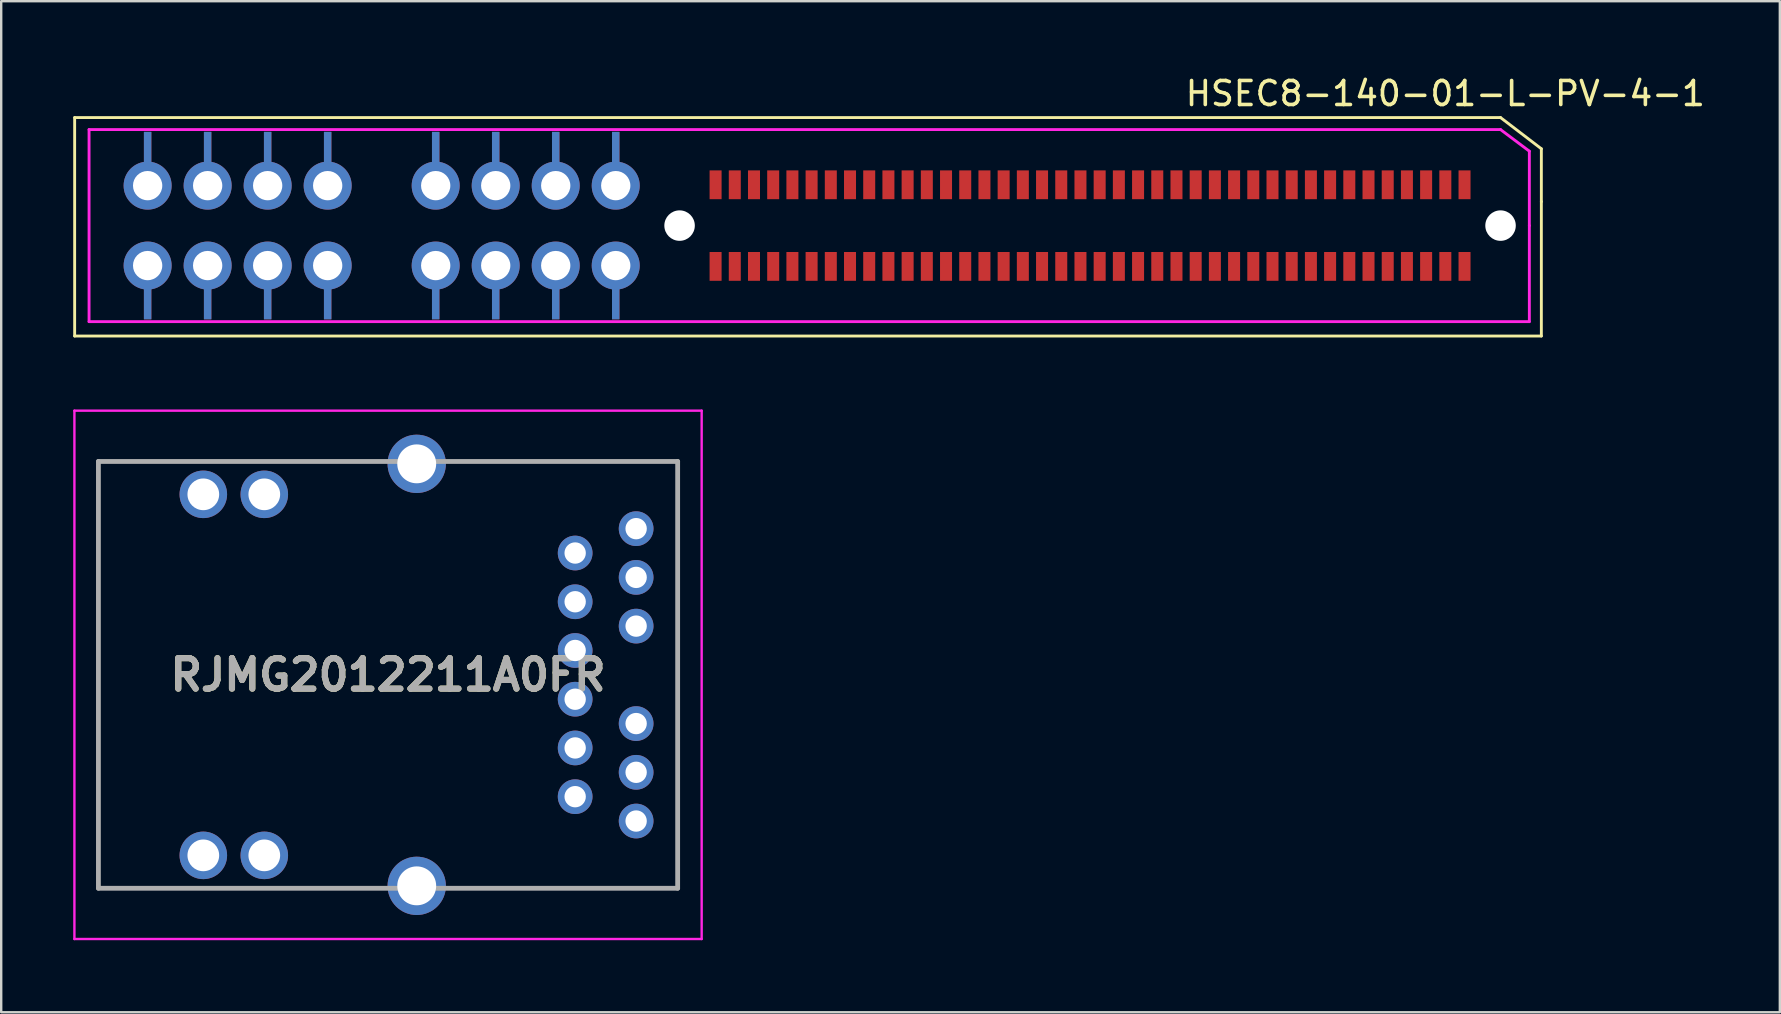
<source format=kicad_pcb>
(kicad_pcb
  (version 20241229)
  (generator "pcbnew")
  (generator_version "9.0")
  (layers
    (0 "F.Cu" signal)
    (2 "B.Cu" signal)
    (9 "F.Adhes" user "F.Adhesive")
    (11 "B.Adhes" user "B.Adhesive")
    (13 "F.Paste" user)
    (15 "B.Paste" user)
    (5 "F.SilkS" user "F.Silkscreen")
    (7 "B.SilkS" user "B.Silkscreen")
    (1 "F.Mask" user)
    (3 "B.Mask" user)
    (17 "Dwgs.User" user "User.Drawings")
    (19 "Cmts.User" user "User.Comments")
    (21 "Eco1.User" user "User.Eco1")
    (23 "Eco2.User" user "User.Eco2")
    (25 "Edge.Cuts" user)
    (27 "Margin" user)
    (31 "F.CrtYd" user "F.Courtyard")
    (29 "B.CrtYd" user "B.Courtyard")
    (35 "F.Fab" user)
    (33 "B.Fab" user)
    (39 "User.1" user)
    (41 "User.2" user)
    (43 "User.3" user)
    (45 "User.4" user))
  (footprint "HSEC8-140-01-L-PV-4-1"
    (layer "F.Cu")
    (at 57.96 8.048)
    (property "Reference" "HSEC8-140-01-L-PV-4-1" (at -0.8 -7.2 0) (layer "F.SilkS") (effects (font (size 1 1) (thickness 0.15))))
    (attr through_hole)
    (fp_line (start -57.9 -6.2) (end -57.9 2.9) (stroke (width 0.12) (type solid)) (layer "F.SilkS"))
    (fp_line (start -57.9 2.9) (end 3.2 2.9) (stroke (width 0.12) (type solid)) (layer "F.SilkS"))
    (fp_line (start 1.5 -6.2) (end -57.9 -6.2) (stroke (width 0.12) (type solid)) (layer "F.SilkS"))
    (fp_line (start 3.2 -4.9) (end 1.5 -6.2) (stroke (width 0.12) (type solid)) (layer "F.SilkS"))
    (fp_line (start 3.2 -2.7) (end 3.2 -4.9) (stroke (width 0.12) (type solid)) (layer "F.SilkS"))
    (fp_line (start 3.2 2.9) (end 3.2 -2.7) (stroke (width 0.12) (type solid)) (layer "F.SilkS"))
    (fp_line (start -57.3 -5.7) (end 1.5 -5.7) (stroke (width 0.12) (type solid)) (layer "F.CrtYd"))
    (fp_line (start -57.3 2.3) (end -57.3 -5.7) (stroke (width 0.12) (type solid)) (layer "F.CrtYd"))
    (fp_line (start 1.5 -5.7) (end 2.7 -4.8) (stroke (width 0.12) (type solid)) (layer "F.CrtYd"))
    (fp_line (start 2.7 -1.7) (end 2.7 -4.8) (stroke (width 0.12) (type solid)) (layer "F.CrtYd"))
    (fp_line (start 2.7 -1.7) (end 2.7 2.3) (stroke (width 0.12) (type solid)) (layer "F.CrtYd"))
    (fp_line (start 2.7 2.3) (end -57.3 2.3) (stroke (width 0.12) (type solid)) (layer "F.CrtYd"))
    (pad "" smd rect (at -37.858 -0.02) (size 0.31 2.24) (drill (offset 0 1.12)) (layers "F.Paste"))
    (pad "" np_thru_hole circle (at -32.7 -1.7) (size 1.27 1.27) (drill 1.27) (layers "*.Cu" "*.Mask"))
    (pad "" np_thru_hole circle (at 1.5 -1.7) (size 1.27 1.27) (drill 1.27) (layers "*.Cu" "*.Mask"))
    (pad "1" smd rect (at 0 0) (size 0.5 1.2) (layers "F.Cu" "F.Mask" "F.Paste"))
    (pad "2" smd rect (at 0 -3.4) (size 0.5 1.2) (layers "F.Cu" "F.Mask" "F.Paste"))
    (pad "3" smd rect (at -0.8 0) (size 0.5 1.2) (layers "F.Cu" "F.Mask" "F.Paste"))
    (pad "4" smd rect (at -0.8 -3.4) (size 0.5 1.2) (layers "F.Cu" "F.Mask" "F.Paste"))
    (pad "5" smd rect (at -1.6 0) (size 0.5 1.2) (layers "F.Cu" "F.Mask" "F.Paste"))
    (pad "6" smd rect (at -1.6 -3.4) (size 0.5 1.2) (layers "F.Cu" "F.Mask" "F.Paste"))
    (pad "7" smd rect (at -2.4 0) (size 0.5 1.2) (layers "F.Cu" "F.Mask" "F.Paste"))
    (pad "8" smd rect (at -2.4 -3.4) (size 0.5 1.2) (layers "F.Cu" "F.Mask" "F.Paste"))
    (pad "9" smd rect (at -3.2 0) (size 0.5 1.2) (layers "F.Cu" "F.Mask" "F.Paste"))
    (pad "10" smd rect (at -3.2 -3.4) (size 0.5 1.2) (layers "F.Cu" "F.Mask" "F.Paste"))
    (pad "11" smd rect (at -4 0) (size 0.5 1.2) (layers "F.Cu" "F.Mask" "F.Paste"))
    (pad "12" smd rect (at -4 -3.4) (size 0.5 1.2) (layers "F.Cu" "F.Mask" "F.Paste"))
    (pad "13" smd rect (at -4.8 0) (size 0.5 1.2) (layers "F.Cu" "F.Mask" "F.Paste"))
    (pad "14" smd rect (at -4.8 -3.4) (size 0.5 1.2) (layers "F.Cu" "F.Mask" "F.Paste"))
    (pad "15" smd rect (at -5.6 0) (size 0.5 1.2) (layers "F.Cu" "F.Mask" "F.Paste"))
    (pad "16" smd rect (at -5.6 -3.4) (size 0.5 1.2) (layers "F.Cu" "F.Mask" "F.Paste"))
    (pad "17" smd rect (at -6.4 0) (size 0.5 1.2) (layers "F.Cu" "F.Mask" "F.Paste"))
    (pad "18" smd rect (at -6.4 -3.4) (size 0.5 1.2) (layers "F.Cu" "F.Mask" "F.Paste"))
    (pad "19" smd rect (at -7.2 0) (size 0.5 1.2) (layers "F.Cu" "F.Mask" "F.Paste"))
    (pad "20" smd rect (at -7.2 -3.4) (size 0.5 1.2) (layers "F.Cu" "F.Mask" "F.Paste"))
    (pad "21" smd rect (at -8 0) (size 0.5 1.2) (layers "F.Cu" "F.Mask" "F.Paste"))
    (pad "22" smd rect (at -8 -3.4) (size 0.5 1.2) (layers "F.Cu" "F.Mask" "F.Paste"))
    (pad "23" smd rect (at -8.8 0) (size 0.5 1.2) (layers "F.Cu" "F.Mask" "F.Paste"))
    (pad "24" smd rect (at -8.8 -3.4) (size 0.5 1.2) (layers "F.Cu" "F.Mask" "F.Paste"))
    (pad "25" smd rect (at -9.6 0) (size 0.5 1.2) (layers "F.Cu" "F.Mask" "F.Paste"))
    (pad "26" smd rect (at -9.6 -3.4) (size 0.5 1.2) (layers "F.Cu" "F.Mask" "F.Paste"))
    (pad "27" smd rect (at -10.4 0) (size 0.5 1.2) (layers "F.Cu" "F.Mask" "F.Paste"))
    (pad "28" smd rect (at -10.4 -3.4) (size 0.5 1.2) (layers "F.Cu" "F.Mask" "F.Paste"))
    (pad "29" smd rect (at -11.2 0) (size 0.5 1.2) (layers "F.Cu" "F.Mask" "F.Paste"))
    (pad "30" smd rect (at -11.2 -3.4) (size 0.5 1.2) (layers "F.Cu" "F.Mask" "F.Paste"))
    (pad "31" smd rect (at -12 0) (size 0.5 1.2) (layers "F.Cu" "F.Mask" "F.Paste"))
    (pad "32" smd rect (at -12 -3.4) (size 0.5 1.2) (layers "F.Cu" "F.Mask" "F.Paste"))
    (pad "33" smd rect (at -12.8 0) (size 0.5 1.2) (layers "F.Cu" "F.Mask" "F.Paste"))
    (pad "34" smd rect (at -12.8 -3.4) (size 0.5 1.2) (layers "F.Cu" "F.Mask" "F.Paste"))
    (pad "35" smd rect (at -13.6 0) (size 0.5 1.2) (layers "F.Cu" "F.Mask" "F.Paste"))
    (pad "36" smd rect (at -13.6 -3.4) (size 0.5 1.2) (layers "F.Cu" "F.Mask" "F.Paste"))
    (pad "37" smd rect (at -14.4 0) (size 0.5 1.2) (layers "F.Cu" "F.Mask" "F.Paste"))
    (pad "38" smd rect (at -14.4 -3.4) (size 0.5 1.2) (layers "F.Cu" "F.Mask" "F.Paste"))
    (pad "39" smd rect (at -15.2 0) (size 0.5 1.2) (layers "F.Cu" "F.Mask" "F.Paste"))
    (pad "40" smd rect (at -15.2 -3.4) (size 0.5 1.2) (layers "F.Cu" "F.Mask" "F.Paste"))
    (pad "41" smd rect (at -16 0) (size 0.5 1.2) (layers "F.Cu" "F.Mask" "F.Paste"))
    (pad "42" smd rect (at -16 -3.4) (size 0.5 1.2) (layers "F.Cu" "F.Mask" "F.Paste"))
    (pad "43" smd rect (at -16.8 0) (size 0.5 1.2) (layers "F.Cu" "F.Mask" "F.Paste"))
    (pad "44" smd rect (at -16.8 -3.4) (size 0.5 1.2) (layers "F.Cu" "F.Mask" "F.Paste"))
    (pad "45" smd rect (at -17.6 0) (size 0.5 1.2) (layers "F.Cu" "F.Mask" "F.Paste"))
    (pad "46" smd rect (at -17.6 -3.4) (size 0.5 1.2) (layers "F.Cu" "F.Mask" "F.Paste"))
    (pad "47" smd rect (at -18.4 0) (size 0.5 1.2) (layers "F.Cu" "F.Mask" "F.Paste"))
    (pad "48" smd rect (at -18.4 -3.4) (size 0.5 1.2) (layers "F.Cu" "F.Mask" "F.Paste"))
    (pad "49" smd rect (at -19.2 0) (size 0.5 1.2) (layers "F.Cu" "F.Mask" "F.Paste"))
    (pad "50" smd rect (at -19.2 -3.4) (size 0.5 1.2) (layers "F.Cu" "F.Mask" "F.Paste"))
    (pad "51" smd rect (at -20 0) (size 0.5 1.2) (layers "F.Cu" "F.Mask" "F.Paste"))
    (pad "52" smd rect (at -20 -3.4) (size 0.5 1.2) (layers "F.Cu" "F.Mask" "F.Paste"))
    (pad "53" smd rect (at -20.8 0) (size 0.5 1.2) (layers "F.Cu" "F.Mask" "F.Paste"))
    (pad "54" smd rect (at -20.8 -3.4) (size 0.5 1.2) (layers "F.Cu" "F.Mask" "F.Paste"))
    (pad "55" smd rect (at -21.6 0) (size 0.5 1.2) (layers "F.Cu" "F.Mask" "F.Paste"))
    (pad "56" smd rect (at -21.6 -3.4) (size 0.5 1.2) (layers "F.Cu" "F.Mask" "F.Paste"))
    (pad "57" smd rect (at -22.4 0) (size 0.5 1.2) (layers "F.Cu" "F.Mask" "F.Paste"))
    (pad "58" smd rect (at -22.4 -3.4) (size 0.5 1.2) (layers "F.Cu" "F.Mask" "F.Paste"))
    (pad "59" smd rect (at -23.2 0) (size 0.5 1.2) (layers "F.Cu" "F.Mask" "F.Paste"))
    (pad "60" smd rect (at -23.2 -3.4) (size 0.5 1.2) (layers "F.Cu" "F.Mask" "F.Paste"))
    (pad "61" smd rect (at -24 0) (size 0.5 1.2) (layers "F.Cu" "F.Mask" "F.Paste"))
    (pad "62" smd rect (at -24 -3.4) (size 0.5 1.2) (layers "F.Cu" "F.Mask" "F.Paste"))
    (pad "63" smd rect (at -24.8 0) (size 0.5 1.2) (layers "F.Cu" "F.Mask" "F.Paste"))
    (pad "64" smd rect (at -24.8 -3.4) (size 0.5 1.2) (layers "F.Cu" "F.Mask" "F.Paste"))
    (pad "65" smd rect (at -25.6 0) (size 0.5 1.2) (layers "F.Cu" "F.Mask" "F.Paste"))
    (pad "66" smd rect (at -25.6 -3.4) (size 0.5 1.2) (layers "F.Cu" "F.Mask" "F.Paste"))
    (pad "67" smd rect (at -26.4 0) (size 0.5 1.2) (layers "F.Cu" "F.Mask" "F.Paste"))
    (pad "68" smd rect (at -26.4 -3.4) (size 0.5 1.2) (layers "F.Cu" "F.Mask" "F.Paste"))
    (pad "69" smd rect (at -27.2 0) (size 0.5 1.2) (layers "F.Cu" "F.Mask" "F.Paste"))
    (pad "70" smd rect (at -27.2 -3.4) (size 0.5 1.2) (layers "F.Cu" "F.Mask" "F.Paste"))
    (pad "71" smd rect (at -28 0) (size 0.5 1.2) (layers "F.Cu" "F.Mask" "F.Paste"))
    (pad "72" smd rect (at -28 -3.4) (size 0.5 1.2) (layers "F.Cu" "F.Mask" "F.Paste"))
    (pad "73" smd rect (at -28.8 0) (size 0.5 1.2) (layers "F.Cu" "F.Mask" "F.Paste"))
    (pad "74" smd rect (at -28.8 -3.4) (size 0.5 1.2) (layers "F.Cu" "F.Mask" "F.Paste"))
    (pad "75" smd rect (at -29.6 0) (size 0.5 1.2) (layers "F.Cu" "F.Mask" "F.Paste"))
    (pad "76" smd rect (at -29.6 -3.4) (size 0.5 1.2) (layers "F.Cu" "F.Mask" "F.Paste"))
    (pad "77" smd rect (at -30.4 0) (size 0.5 1.2) (layers "F.Cu" "F.Mask" "F.Paste"))
    (pad "78" smd rect (at -30.4 -3.4) (size 0.5 1.2) (layers "F.Cu" "F.Mask" "F.Paste"))
    (pad "79" smd rect (at -31.2 0) (size 0.5 1.2) (layers "F.Cu" "F.Mask" "F.Paste"))
    (pad "80" smd rect (at -31.2 -3.4) (size 0.5 1.2) (layers "F.Cu" "F.Mask" "F.Paste"))
    (pad "81" smd rect (at -42.86 -0.035) (size 0.31 2.24) (drill (offset 0 1.12)) (layers "F.Cu" "F.Mask" "F.Paste"))
    (pad "81" smd rect (at -42.86 -0.035) (size 0.31 2.24) (drill (offset 0 1.12)) (layers "B.Cu" "B.Mask" "B.Paste"))
    (pad "81" thru_hole circle (at -42.86 -0.035) (size 2 2) (drill 1.22) (layers "*.Cu" "*.Mask"))
    (pad "81" smd rect (at -40.36 -0.035) (size 0.31 2.24) (drill (offset 0 1.12)) (layers "F.Cu" "F.Mask" "F.Paste"))
    (pad "81" smd rect (at -40.36 -0.035) (size 0.31 2.24) (drill (offset 0 1.12)) (layers "B.Cu" "B.Mask" "B.Paste"))
    (pad "81" thru_hole circle (at -40.36 -0.035) (size 2 2) (drill 1.22) (layers "*.Cu" "*.Mask"))
    (pad "81" smd rect (at -37.86 -0.035) (size 0.31 2.24) (drill (offset 0 1.12)) (layers "F.Cu" "F.Mask" "F.Paste"))
    (pad "81" smd rect (at -37.86 -0.035) (size 0.31 2.24) (drill (offset 0 1.12)) (layers "B.Cu" "B.Mask" "B.Paste"))
    (pad "81" thru_hole circle (at -37.86 -0.035) (size 2 2) (drill 1.22) (layers "*.Cu" "*.Mask"))
    (pad "81" smd rect (at -35.36 -0.035) (size 0.31 2.24) (drill (offset 0 1.12)) (layers "F.Cu" "F.Mask" "F.Paste"))
    (pad "81" smd rect (at -35.36 -0.035) (size 0.31 2.24) (drill (offset 0 1.12)) (layers "B.Cu" "B.Mask" "B.Paste"))
    (pad "81" thru_hole circle (at -35.36 -0.035) (size 2 2) (drill 1.22) (layers "*.Cu" "*.Mask"))
    (pad "82" smd rect (at -42.86 -3.365 180) (size 0.31 2.24) (drill (offset 0 1.12)) (layers "F.Cu" "F.Mask" "F.Paste"))
    (pad "82" smd rect (at -42.86 -3.365 180) (size 0.31 2.24) (drill (offset 0 1.12)) (layers "B.Cu" "B.Mask" "B.Paste"))
    (pad "82" thru_hole circle (at -42.86 -3.365) (size 2 2) (drill 1.22) (layers "*.Cu" "*.Mask"))
    (pad "82" smd rect (at -40.36 -3.365 180) (size 0.31 2.24) (drill (offset 0 1.12)) (layers "F.Cu" "F.Mask" "F.Paste"))
    (pad "82" smd rect (at -40.36 -3.365 180) (size 0.31 2.24) (drill (offset 0 1.12)) (layers "B.Cu" "B.Mask" "B.Paste"))
    (pad "82" thru_hole circle (at -40.36 -3.365) (size 2 2) (drill 1.22) (layers "*.Cu" "*.Mask"))
    (pad "82" smd rect (at -37.86 -3.365 180) (size 0.31 2.24) (drill (offset 0 1.12)) (layers "F.Cu" "F.Mask" "F.Paste"))
    (pad "82" smd rect (at -37.86 -3.365 180) (size 0.31 2.24) (drill (offset 0 1.12)) (layers "B.Cu" "B.Mask" "B.Paste"))
    (pad "82" thru_hole circle (at -37.86 -3.365) (size 2 2) (drill 1.22) (layers "*.Cu" "*.Mask"))
    (pad "82" smd rect (at -35.36 -3.365 180) (size 0.31 2.24) (drill (offset 0 1.12)) (layers "F.Cu" "F.Mask" "F.Paste"))
    (pad "82" smd rect (at -35.36 -3.365 180) (size 0.31 2.24) (drill (offset 0 1.12)) (layers "B.Cu" "B.Mask" "B.Paste"))
    (pad "82" thru_hole circle (at -35.36 -3.365) (size 2 2) (drill 1.22) (layers "*.Cu" "*.Mask"))
    (pad "83" smd rect (at -54.86 -0.035) (size 0.31 2.24) (drill (offset 0 1.12)) (layers "F.Cu" "F.Mask" "F.Paste"))
    (pad "83" smd rect (at -54.86 -0.035) (size 0.31 2.24) (drill (offset 0 1.12)) (layers "B.Cu" "B.Mask" "B.Paste"))
    (pad "83" thru_hole circle (at -54.86 -0.035) (size 2 2) (drill 1.22) (layers "*.Cu" "*.Mask"))
    (pad "83" smd rect (at -52.36 -0.035) (size 0.31 2.24) (drill (offset 0 1.12)) (layers "F.Cu" "F.Mask" "F.Paste"))
    (pad "83" smd rect (at -52.36 -0.035) (size 0.31 2.24) (drill (offset 0 1.12)) (layers "B.Cu" "B.Mask" "B.Paste"))
    (pad "83" thru_hole circle (at -52.36 -0.035) (size 2 2) (drill 1.22) (layers "*.Cu" "*.Mask"))
    (pad "83" smd rect (at -49.86 -0.035) (size 0.31 2.24) (drill (offset 0 1.12)) (layers "F.Cu" "F.Mask" "F.Paste"))
    (pad "83" smd rect (at -49.86 -0.035) (size 0.31 2.24) (drill (offset 0 1.12)) (layers "B.Cu" "B.Mask" "B.Paste"))
    (pad "83" thru_hole circle (at -49.86 -0.035) (size 2 2) (drill 1.22) (layers "*.Cu" "*.Mask"))
    (pad "83" smd rect (at -47.36 -0.035) (size 0.31 2.24) (drill (offset 0 1.12)) (layers "F.Cu" "F.Mask" "F.Paste"))
    (pad "83" smd rect (at -47.36 -0.035) (size 0.31 2.24) (drill (offset 0 1.12)) (layers "B.Cu" "B.Mask" "B.Paste"))
    (pad "83" thru_hole circle (at -47.36 -0.035) (size 2 2) (drill 1.22) (layers "*.Cu" "*.Mask"))
    (pad "84" smd rect (at -54.86 -3.365 180) (size 0.31 2.24) (drill (offset 0 1.12)) (layers "F.Cu" "F.Mask" "F.Paste"))
    (pad "84" smd rect (at -54.86 -3.365 180) (size 0.31 2.24) (drill (offset 0 1.12)) (layers "B.Cu" "B.Mask" "B.Paste"))
    (pad "84" thru_hole circle (at -54.86 -3.365) (size 2 2) (drill 1.22) (layers "*.Cu" "*.Mask"))
    (pad "84" smd rect (at -52.36 -3.365 180) (size 0.31 2.24) (drill (offset 0 1.12)) (layers "F.Cu" "F.Mask" "F.Paste"))
    (pad "84" smd rect (at -52.36 -3.365 180) (size 0.31 2.24) (drill (offset 0 1.12)) (layers "B.Cu" "B.Mask" "B.Paste"))
    (pad "84" thru_hole circle (at -52.36 -3.365) (size 2 2) (drill 1.22) (layers "*.Cu" "*.Mask"))
    (pad "84" smd rect (at -49.86 -3.365 180) (size 0.31 2.24) (drill (offset 0 1.12)) (layers "F.Cu" "F.Mask" "F.Paste"))
    (pad "84" smd rect (at -49.86 -3.365 180) (size 0.31 2.24) (drill (offset 0 1.12)) (layers "B.Cu" "B.Mask" "B.Paste"))
    (pad "84" thru_hole circle (at -49.86 -3.365) (size 2 2) (drill 1.22) (layers "*.Cu" "*.Mask"))
    (pad "84" smd rect (at -47.36 -3.365 180) (size 0.31 2.24) (drill (offset 0 1.12)) (layers "F.Cu" "F.Mask" "F.Paste"))
    (pad "84" smd rect (at -47.36 -3.365 180) (size 0.31 2.24) (drill (offset 0 1.12)) (layers "B.Cu" "B.Mask" "B.Paste"))
    (pad "84" thru_hole circle (at -47.36 -3.365) (size 2 2) (drill 1.22) (layers "*.Cu" "*.Mask")))
  (footprint "RJMG2012211A0FR"
    (layer "F.Cu")
    (at 20.91 30.138)
    (property "Reference" "RJMG2012211A0FR" (at -7.795 -5.075 0) (layer "F.SilkS") (effects (font (size 1.27 1.27) (thickness 0.254))))
    (attr through_hole)
    (fp_line (start -19.86 -13.965) (end -19.86 3.815) (stroke (width 0.1) (type solid)) (layer "F.SilkS"))
    (fp_line (start -19.86 3.815) (end -10.16 3.815) (stroke (width 0.1) (type solid)) (layer "F.SilkS"))
    (fp_line (start -10.16 -13.965) (end -19.86 -13.965) (stroke (width 0.1) (type solid)) (layer "F.SilkS"))
    (fp_line (start -2.95 -13.965) (end 4.27 -13.965) (stroke (width 0.1) (type solid)) (layer "F.SilkS"))
    (fp_line (start 4.27 -13.965) (end 4.27 3.815) (stroke (width 0.1) (type solid)) (layer "F.SilkS"))
    (fp_line (start 4.27 3.815) (end -2.95 3.815) (stroke (width 0.1) (type solid)) (layer "F.SilkS"))
    (fp_line (start -20.86 -16.08) (end 5.27 -16.08) (stroke (width 0.1) (type solid)) (layer "F.CrtYd"))
    (fp_line (start -20.86 5.93) (end -20.86 -16.08) (stroke (width 0.1) (type solid)) (layer "F.CrtYd"))
    (fp_line (start 5.27 -16.08) (end 5.27 5.93) (stroke (width 0.1) (type solid)) (layer "F.CrtYd"))
    (fp_line (start 5.27 5.93) (end -20.86 5.93) (stroke (width 0.1) (type solid)) (layer "F.CrtYd"))
    (fp_line (start -19.86 -13.965) (end 4.27 -13.965) (stroke (width 0.2) (type solid)) (layer "F.Fab"))
    (fp_line (start -19.86 3.815) (end -19.86 -13.965) (stroke (width 0.2) (type solid)) (layer "F.Fab"))
    (fp_line (start 4.27 -13.965) (end 4.27 3.815) (stroke (width 0.2) (type solid)) (layer "F.Fab"))
    (fp_line (start 4.27 3.815) (end -19.86 3.815) (stroke (width 0.2) (type solid)) (layer "F.Fab"))
    (fp_text user "${REFERENCE}" (at -7.795 -5.075 0) (layer "F.Fab") (effects (font (size 1.27 1.27) (thickness 0.254))))
    (pad "" np_thru_hole circle (at -6.6 -9.9) (size 0.001 0.001) (drill 3.4) (layers "*.Cu" "*.Mask"))
    (pad "" np_thru_hole circle (at -6.6 -0.25) (size 0.001 0.001) (drill 3.4) (layers "*.Cu" "*.Mask"))
    (pad "1" thru_hole circle (at 0 0) (size 1.446 1.446) (drill 0.89) (layers "*.Cu" "*.Mask"))
    (pad "2" thru_hole circle (at 0 -2.03) (size 1.446 1.446) (drill 0.89) (layers "*.Cu" "*.Mask"))
    (pad "3" thru_hole circle (at 0 -4.06) (size 1.446 1.446) (drill 0.89) (layers "*.Cu" "*.Mask"))
    (pad "4" thru_hole circle (at 0 -6.09) (size 1.446 1.446) (drill 0.89) (layers "*.Cu" "*.Mask"))
    (pad "5" thru_hole circle (at 0 -8.12) (size 1.446 1.446) (drill 0.89) (layers "*.Cu" "*.Mask"))
    (pad "6" thru_hole circle (at 0 -10.15) (size 1.446 1.446) (drill 0.89) (layers "*.Cu" "*.Mask"))
    (pad "7" thru_hole circle (at 2.54 1.015) (size 1.446 1.446) (drill 0.89) (layers "*.Cu" "*.Mask"))
    (pad "8" thru_hole circle (at 2.54 -1.015) (size 1.446 1.446) (drill 0.89) (layers "*.Cu" "*.Mask"))
    (pad "9" thru_hole circle (at 2.54 -3.045) (size 1.446 1.446) (drill 0.89) (layers "*.Cu" "*.Mask"))
    (pad "10" thru_hole circle (at 2.54 -7.105) (size 1.446 1.446) (drill 0.89) (layers "*.Cu" "*.Mask"))
    (pad "11" thru_hole circle (at 2.54 -9.135) (size 1.446 1.446) (drill 0.89) (layers "*.Cu" "*.Mask"))
    (pad "12" thru_hole circle (at 2.54 -11.165) (size 1.446 1.446) (drill 0.89) (layers "*.Cu" "*.Mask"))
    (pad "13" thru_hole circle (at -12.95 2.445) (size 1.98 1.98) (drill 1.32) (layers "*.Cu" "*.Mask"))
    (pad "14" thru_hole circle (at -15.49 2.445) (size 1.98 1.98) (drill 1.32) (layers "*.Cu" "*.Mask"))
    (pad "15" thru_hole circle (at -12.95 -12.595) (size 1.98 1.98) (drill 1.32) (layers "*.Cu" "*.Mask"))
    (pad "16" thru_hole circle (at -15.49 -12.595) (size 1.98 1.98) (drill 1.32) (layers "*.Cu" "*.Mask"))
    (pad "17" thru_hole circle (at -6.6 -13.865) (size 2.43 2.43) (drill 1.62) (layers "*.Cu" "*.Mask"))
    (pad "18" thru_hole circle (at -6.6 3.715) (size 2.43 2.43) (drill 1.62) (layers "*.Cu" "*.Mask")))
  (gr_rect
    (start -3 -3)
    (end 71.095 39.118)
    (stroke (width 0.1) (type default))
    (fill no)
    (layer "Edge.Cuts")))
</source>
